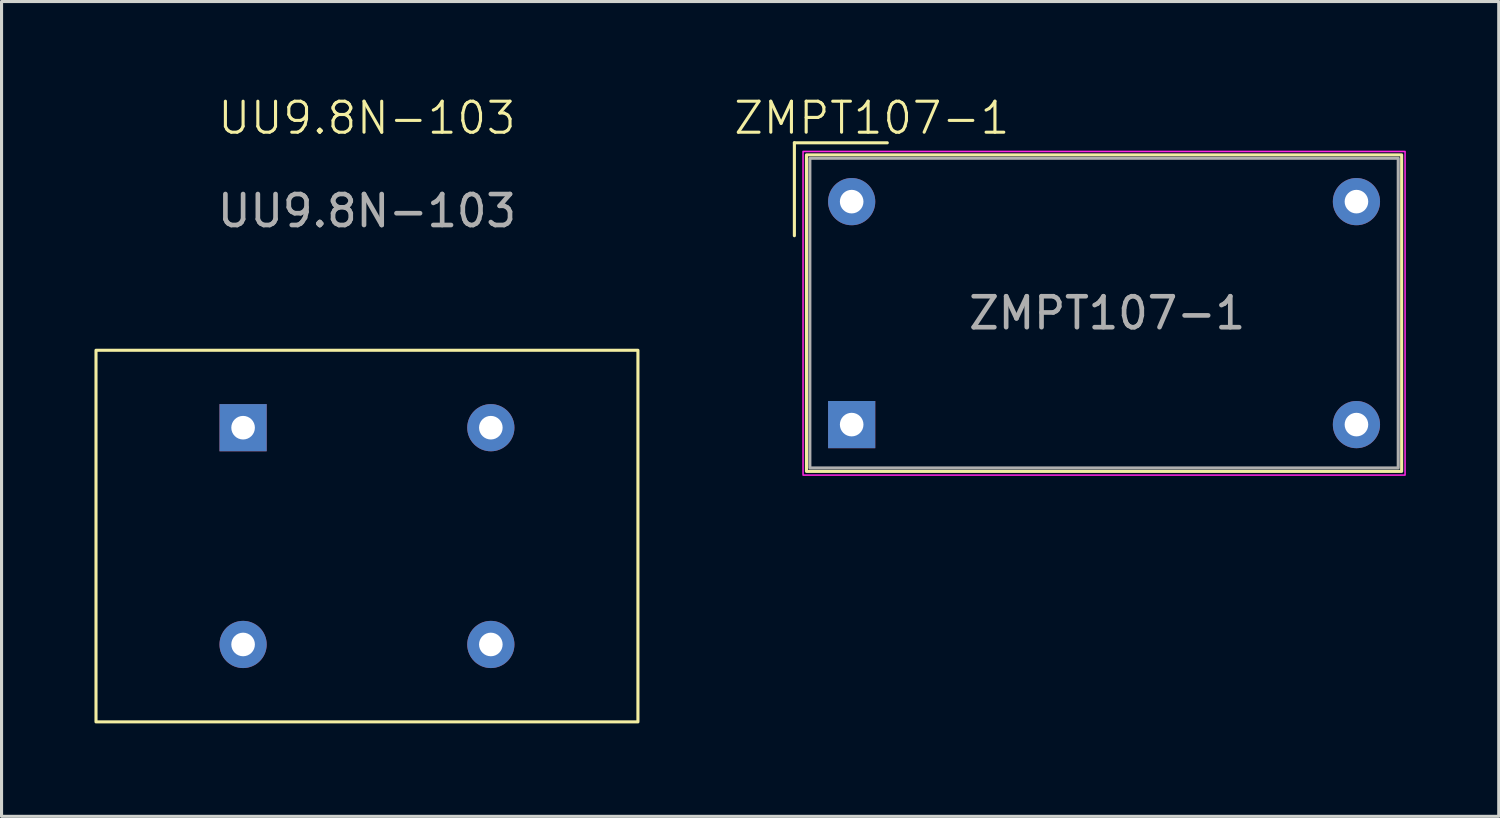
<source format=kicad_pcb>
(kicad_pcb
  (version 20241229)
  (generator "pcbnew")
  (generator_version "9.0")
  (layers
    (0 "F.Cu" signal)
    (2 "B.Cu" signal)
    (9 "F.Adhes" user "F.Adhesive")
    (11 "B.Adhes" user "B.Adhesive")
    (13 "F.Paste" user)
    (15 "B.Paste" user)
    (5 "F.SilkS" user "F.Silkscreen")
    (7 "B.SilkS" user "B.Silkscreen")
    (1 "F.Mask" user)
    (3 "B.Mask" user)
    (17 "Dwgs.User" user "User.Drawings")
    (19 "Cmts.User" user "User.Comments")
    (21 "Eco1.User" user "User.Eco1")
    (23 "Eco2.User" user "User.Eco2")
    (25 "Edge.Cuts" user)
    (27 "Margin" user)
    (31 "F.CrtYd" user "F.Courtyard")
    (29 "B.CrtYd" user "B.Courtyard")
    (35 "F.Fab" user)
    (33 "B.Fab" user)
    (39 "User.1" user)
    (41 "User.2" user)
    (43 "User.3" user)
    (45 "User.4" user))
  (footprint "UU9.8N-103"
    (layer "F.Cu")
    (at 8.8 14.261)
    (property "Reference" "UU9.8N-103" (at 0 -13.5 0) (unlocked yes) (layer "F.SilkS") (effects (font (size 1 1) (thickness 0.1))))
    (attr through_hole)
    (fp_rect (start -8.75 -6) (end 8.75 6) (stroke (width 0.1) (type default)) (fill no) (layer "F.SilkS"))
    (fp_text user "${REFERENCE}" (at 0 -10.5 0) (unlocked yes) (layer "F.Fab") (effects (font (size 1 1) (thickness 0.15))))
    (pad "1" thru_hole rect (at -4 -3.5) (size 1.524 1.524) (drill 0.762) (layers "*.Cu" "*.Mask"))
    (pad "2" thru_hole circle (at -4 3.5) (size 1.524 1.524) (drill 0.762) (layers "*.Cu" "*.Mask"))
    (pad "3" thru_hole circle (at 4 3.5) (size 1.524 1.524) (drill 0.762) (layers "*.Cu" "*.Mask"))
    (pad "4" thru_hole circle (at 4 -3.5) (size 1.524 1.524) (drill 0.762) (layers "*.Cu" "*.Mask")))
  (footprint "ZMPT107-1"
    (layer "F.Cu")
    (at 32.602 7.061)
    (property "Reference" "ZMPT107-1" (at -7.5 -6.3 0) (unlocked yes) (layer "F.SilkS") (effects (font (size 1 1) (thickness 0.1))))
    (attr through_hole)
    (fp_line (start -10 -5.5) (end -7 -5.5) (stroke (width 0.1) (type default)) (layer "F.SilkS"))
    (fp_line (start -10 -2.5) (end -10 -5.5) (stroke (width 0.1) (type default)) (layer "F.SilkS"))
    (fp_rect (start -9.61 -5.11) (end 9.61 5.11) (stroke (width 0.1) (type default)) (fill no) (layer "F.SilkS"))
    (fp_rect (start -9.72 -5.22) (end 9.72 5.23) (stroke (width 0.05) (type default)) (fill no) (layer "F.CrtYd"))
    (fp_rect (start -9.5 -5) (end 9.5 5) (stroke (width 0.1) (type default)) (fill no) (layer "F.Fab"))
    (fp_text user "${REFERENCE}" (at 0.1 0 0) (unlocked yes) (layer "F.Fab") (effects (font (size 1 1) (thickness 0.15))))
    (pad "1" thru_hole rect (at -8.15 3.6) (size 1.524 1.524) (drill 0.762) (layers "*.Cu" "*.Mask"))
    (pad "2" thru_hole circle (at -8.15 -3.6) (size 1.524 1.524) (drill 0.762) (layers "*.Cu" "*.Mask"))
    (pad "3" thru_hole circle (at 8.15 3.6) (size 1.524 1.524) (drill 0.762) (layers "*.Cu" "*.Mask"))
    (pad "4" thru_hole circle (at 8.15 -3.6) (size 1.524 1.524) (drill 0.762) (layers "*.Cu" "*.Mask")))
  (gr_rect
    (start -3 -3)
    (end 45.347 23.311)
    (stroke (width 0.1) (type default))
    (fill no)
    (layer "Edge.Cuts")))
</source>
